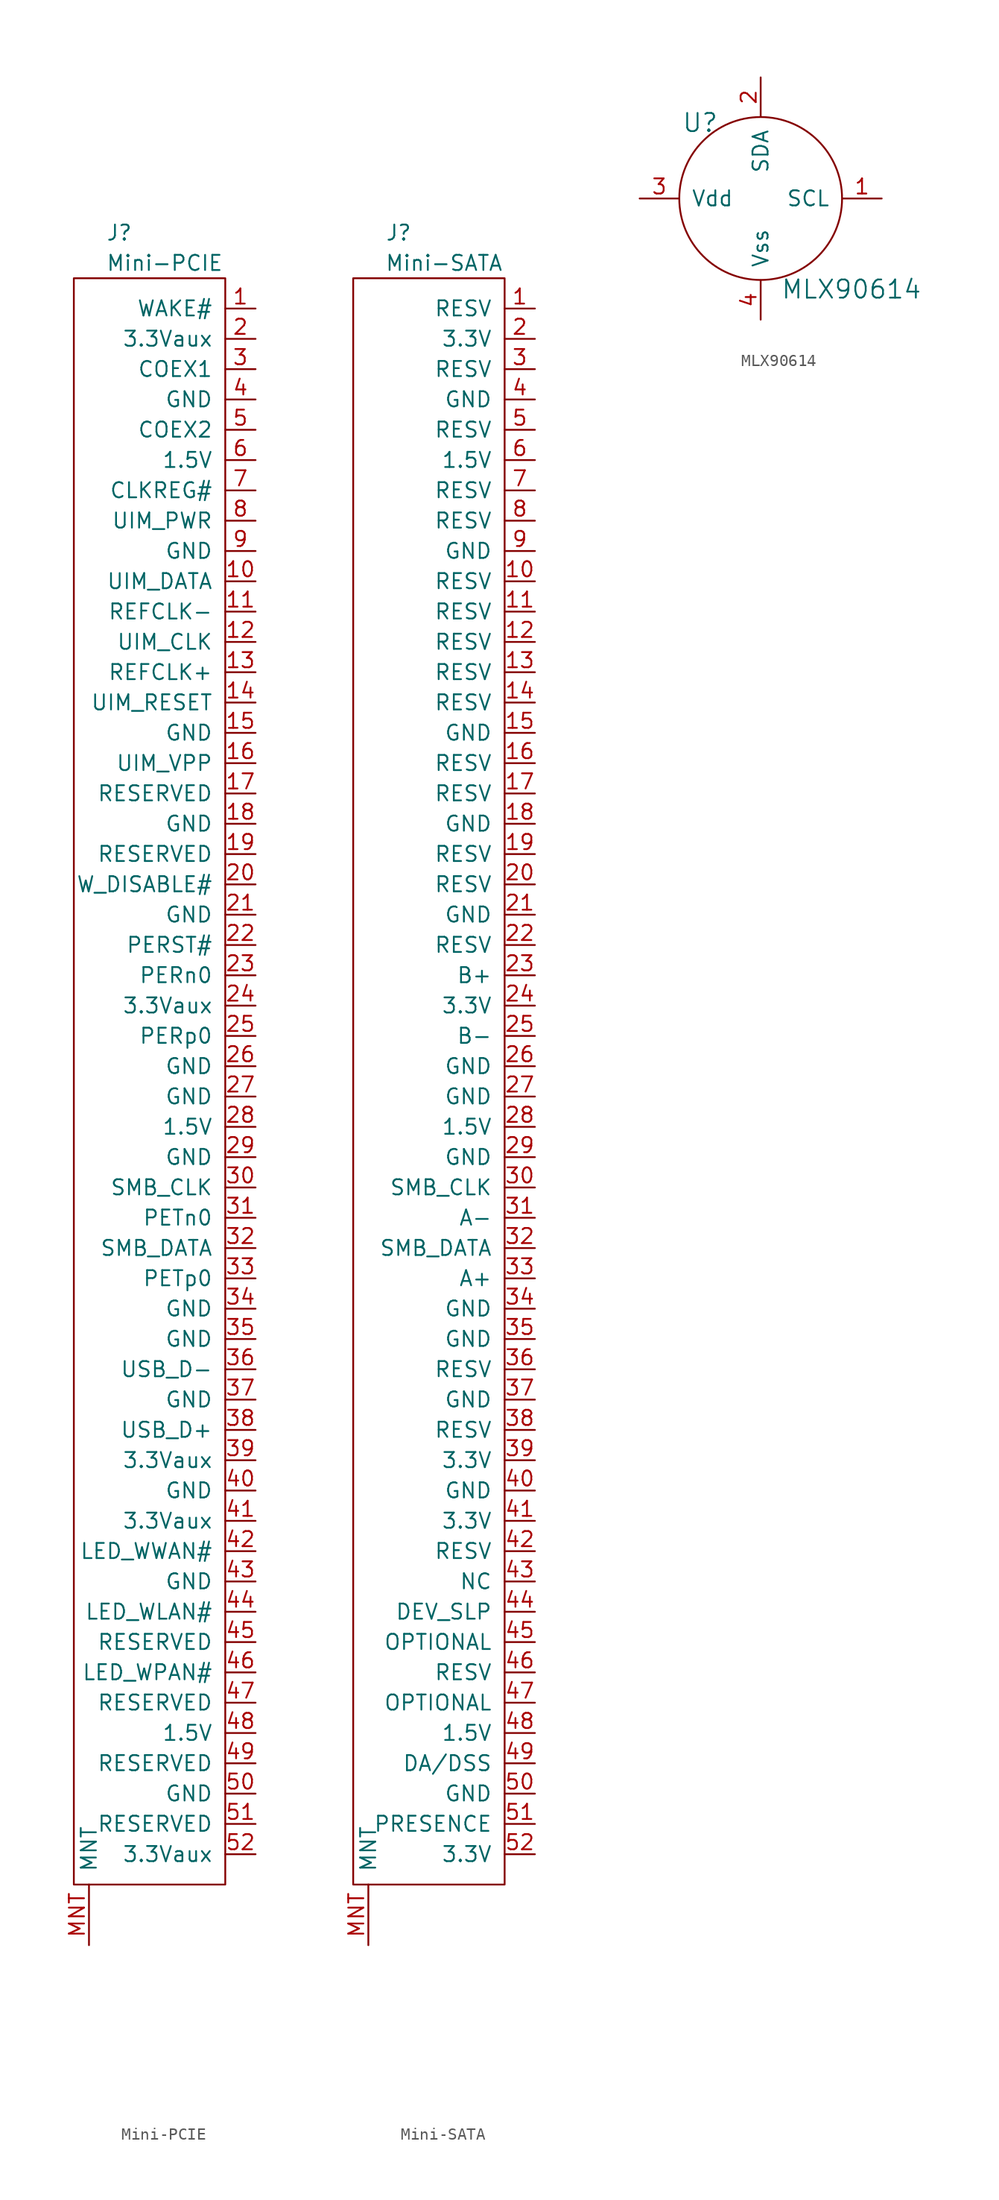
<source format=kicad_sym>
(kicad_symbol_lib
  (version 20211014)
  (generator kicad_symbol_editor)
  (symbol "Mini-PCIE"
    (pin_names
      (offset 1.016))
    (property "Reference" "J"
      (at -8.89 1.27 0)
      (effects (font (size 1.27 1.27))))
    (property "Value" "Mini-PCIE"
      (at -5.08 -1.27 0)
      (effects (font (size 1.27 1.27))))
    (symbol "Mini-PCIE_0_1"
      (rectangle (start 0 -2.54) (end -12.7 -137.16) (stroke (width 0) (type default) (color 0 0 0 0)) (fill (type none))))
    (symbol "Mini-PCIE_1_1"
      (pin passive line (at 2.54 -5.08 180) (length 2.54) (name "WAKE#" (effects (font (size 1.27 1.27)))) (number "1" (effects (font (size 1.27 1.27)))))
      (pin passive line (at 2.54 -27.94 180) (length 2.54) (name "UIM_DATA" (effects (font (size 1.27 1.27)))) (number "10" (effects (font (size 1.27 1.27)))))
      (pin passive line (at 2.54 -30.48 180) (length 2.54) (name "REFCLK-" (effects (font (size 1.27 1.27)))) (number "11" (effects (font (size 1.27 1.27)))))
      (pin passive line (at 2.54 -33.02 180) (length 2.54) (name "UIM_CLK" (effects (font (size 1.27 1.27)))) (number "12" (effects (font (size 1.27 1.27)))))
      (pin passive line (at 2.54 -35.56 180) (length 2.54) (name "REFCLK+" (effects (font (size 1.27 1.27)))) (number "13" (effects (font (size 1.27 1.27)))))
      (pin passive line (at 2.54 -38.1 180) (length 2.54) (name "UIM_RESET" (effects (font (size 1.27 1.27)))) (number "14" (effects (font (size 1.27 1.27)))))
      (pin passive line (at 2.54 -40.64 180) (length 2.54) (name "GND" (effects (font (size 1.27 1.27)))) (number "15" (effects (font (size 1.27 1.27)))))
      (pin passive line (at 2.54 -43.18 180) (length 2.54) (name "UIM_VPP" (effects (font (size 1.27 1.27)))) (number "16" (effects (font (size 1.27 1.27)))))
      (pin passive line (at 2.54 -45.72 180) (length 2.54) (name "RESERVED" (effects (font (size 1.27 1.27)))) (number "17" (effects (font (size 1.27 1.27)))))
      (pin passive line (at 2.54 -48.26 180) (length 2.54) (name "GND" (effects (font (size 1.27 1.27)))) (number "18" (effects (font (size 1.27 1.27)))))
      (pin passive line (at 2.54 -50.8 180) (length 2.54) (name "RESERVED" (effects (font (size 1.27 1.27)))) (number "19" (effects (font (size 1.27 1.27)))))
      (pin passive line (at 2.54 -7.62 180) (length 2.54) (name "3.3Vaux" (effects (font (size 1.27 1.27)))) (number "2" (effects (font (size 1.27 1.27)))))
      (pin passive line (at 2.54 -53.34 180) (length 2.54) (name "W_DISABLE#" (effects (font (size 1.27 1.27)))) (number "20" (effects (font (size 1.27 1.27)))))
      (pin passive line (at 2.54 -55.88 180) (length 2.54) (name "GND" (effects (font (size 1.27 1.27)))) (number "21" (effects (font (size 1.27 1.27)))))
      (pin passive line (at 2.54 -58.42 180) (length 2.54) (name "PERST#" (effects (font (size 1.27 1.27)))) (number "22" (effects (font (size 1.27 1.27)))))
      (pin passive line (at 2.54 -60.96 180) (length 2.54) (name "PERn0" (effects (font (size 1.27 1.27)))) (number "23" (effects (font (size 1.27 1.27)))))
      (pin passive line (at 2.54 -63.5 180) (length 2.54) (name "3.3Vaux" (effects (font (size 1.27 1.27)))) (number "24" (effects (font (size 1.27 1.27)))))
      (pin passive line (at 2.54 -66.04 180) (length 2.54) (name "PERp0" (effects (font (size 1.27 1.27)))) (number "25" (effects (font (size 1.27 1.27)))))
      (pin passive line (at 2.54 -68.58 180) (length 2.54) (name "GND" (effects (font (size 1.27 1.27)))) (number "26" (effects (font (size 1.27 1.27)))))
      (pin passive line (at 2.54 -71.12 180) (length 2.54) (name "GND" (effects (font (size 1.27 1.27)))) (number "27" (effects (font (size 1.27 1.27)))))
      (pin passive line (at 2.54 -73.66 180) (length 2.54) (name "1.5V" (effects (font (size 1.27 1.27)))) (number "28" (effects (font (size 1.27 1.27)))))
      (pin passive line (at 2.54 -76.2 180) (length 2.54) (name "GND" (effects (font (size 1.27 1.27)))) (number "29" (effects (font (size 1.27 1.27)))))
      (pin passive line (at 2.54 -10.16 180) (length 2.54) (name "COEX1" (effects (font (size 1.27 1.27)))) (number "3" (effects (font (size 1.27 1.27)))))
      (pin passive line (at 2.54 -78.74 180) (length 2.54) (name "SMB_CLK" (effects (font (size 1.27 1.27)))) (number "30" (effects (font (size 1.27 1.27)))))
      (pin passive line (at 2.54 -81.28 180) (length 2.54) (name "PETn0" (effects (font (size 1.27 1.27)))) (number "31" (effects (font (size 1.27 1.27)))))
      (pin passive line (at 2.54 -83.82 180) (length 2.54) (name "SMB_DATA" (effects (font (size 1.27 1.27)))) (number "32" (effects (font (size 1.27 1.27)))))
      (pin passive line (at 2.54 -86.36 180) (length 2.54) (name "PETp0" (effects (font (size 1.27 1.27)))) (number "33" (effects (font (size 1.27 1.27)))))
      (pin passive line (at 2.54 -88.9 180) (length 2.54) (name "GND" (effects (font (size 1.27 1.27)))) (number "34" (effects (font (size 1.27 1.27)))))
      (pin passive line (at 2.54 -91.44 180) (length 2.54) (name "GND" (effects (font (size 1.27 1.27)))) (number "35" (effects (font (size 1.27 1.27)))))
      (pin passive line (at 2.54 -93.98 180) (length 2.54) (name "USB_D-" (effects (font (size 1.27 1.27)))) (number "36" (effects (font (size 1.27 1.27)))))
      (pin passive line (at 2.54 -96.52 180) (length 2.54) (name "GND" (effects (font (size 1.27 1.27)))) (number "37" (effects (font (size 1.27 1.27)))))
      (pin passive line (at 2.54 -99.06 180) (length 2.54) (name "USB_D+" (effects (font (size 1.27 1.27)))) (number "38" (effects (font (size 1.27 1.27)))))
      (pin passive line (at 2.54 -101.6 180) (length 2.54) (name "3.3Vaux" (effects (font (size 1.27 1.27)))) (number "39" (effects (font (size 1.27 1.27)))))
      (pin passive line (at 2.54 -12.7 180) (length 2.54) (name "GND" (effects (font (size 1.27 1.27)))) (number "4" (effects (font (size 1.27 1.27)))))
      (pin passive line (at 2.54 -104.14 180) (length 2.54) (name "GND" (effects (font (size 1.27 1.27)))) (number "40" (effects (font (size 1.27 1.27)))))
      (pin passive line (at 2.54 -106.68 180) (length 2.54) (name "3.3Vaux" (effects (font (size 1.27 1.27)))) (number "41" (effects (font (size 1.27 1.27)))))
      (pin passive line (at 2.54 -109.22 180) (length 2.54) (name "LED_WWAN#" (effects (font (size 1.27 1.27)))) (number "42" (effects (font (size 1.27 1.27)))))
      (pin passive line (at 2.54 -111.76 180) (length 2.54) (name "GND" (effects (font (size 1.27 1.27)))) (number "43" (effects (font (size 1.27 1.27)))))
      (pin passive line (at 2.54 -114.3 180) (length 2.54) (name "LED_WLAN#" (effects (font (size 1.27 1.27)))) (number "44" (effects (font (size 1.27 1.27)))))
      (pin passive line (at 2.54 -116.84 180) (length 2.54) (name "RESERVED" (effects (font (size 1.27 1.27)))) (number "45" (effects (font (size 1.27 1.27)))))
      (pin passive line (at 2.54 -119.38 180) (length 2.54) (name "LED_WPAN#" (effects (font (size 1.27 1.27)))) (number "46" (effects (font (size 1.27 1.27)))))
      (pin passive line (at 2.54 -121.92 180) (length 2.54) (name "RESERVED" (effects (font (size 1.27 1.27)))) (number "47" (effects (font (size 1.27 1.27)))))
      (pin passive line (at 2.54 -124.46 180) (length 2.54) (name "1.5V" (effects (font (size 1.27 1.27)))) (number "48" (effects (font (size 1.27 1.27)))))
      (pin passive line (at 2.54 -127 180) (length 2.54) (name "RESERVED" (effects (font (size 1.27 1.27)))) (number "49" (effects (font (size 1.27 1.27)))))
      (pin passive line (at 2.54 -15.24 180) (length 2.54) (name "COEX2" (effects (font (size 1.27 1.27)))) (number "5" (effects (font (size 1.27 1.27)))))
      (pin passive line (at 2.54 -129.54 180) (length 2.54) (name "GND" (effects (font (size 1.27 1.27)))) (number "50" (effects (font (size 1.27 1.27)))))
      (pin passive line (at 2.54 -132.08 180) (length 2.54) (name "RESERVED" (effects (font (size 1.27 1.27)))) (number "51" (effects (font (size 1.27 1.27)))))
      (pin passive line (at 2.54 -134.62 180) (length 2.54) (name "3.3Vaux" (effects (font (size 1.27 1.27)))) (number "52" (effects (font (size 1.27 1.27)))))
      (pin passive line (at 2.54 -17.78 180) (length 2.54) (name "1.5V" (effects (font (size 1.27 1.27)))) (number "6" (effects (font (size 1.27 1.27)))))
      (pin passive line (at 2.54 -20.32 180) (length 2.54) (name "CLKREG#" (effects (font (size 1.27 1.27)))) (number "7" (effects (font (size 1.27 1.27)))))
      (pin passive line (at 2.54 -22.86 180) (length 2.54) (name "UIM_PWR" (effects (font (size 1.27 1.27)))) (number "8" (effects (font (size 1.27 1.27)))))
      (pin passive line (at 2.54 -25.4 180) (length 2.54) (name "GND" (effects (font (size 1.27 1.27)))) (number "9" (effects (font (size 1.27 1.27)))))
      (pin passive line (at -11.43 -142.24 90) (length 5.08) (name "MNT" (effects (font (size 1.27 1.27)))) (number "MNT" (effects (font (size 1.27 1.27)))))))
  (symbol "Mini-SATA"
    (pin_names
      (offset 1.016))
    (property "Reference" "J"
      (at -8.89 1.27 0)
      (effects (font (size 1.27 1.27))))
    (property "Value" "Mini-SATA"
      (at -5.08 -1.27 0)
      (effects (font (size 1.27 1.27))))
    (symbol "Mini-SATA_0_1"
      (rectangle (start 0 -2.54) (end -12.7 -137.16) (stroke (width 0) (type default) (color 0 0 0 0)) (fill (type none))))
    (symbol "Mini-SATA_1_1"
      (pin passive line (at 2.54 -5.08 180) (length 2.54) (name "RESV" (effects (font (size 1.27 1.27)))) (number "1" (effects (font (size 1.27 1.27)))))
      (pin passive line (at 2.54 -27.94 180) (length 2.54) (name "RESV" (effects (font (size 1.27 1.27)))) (number "10" (effects (font (size 1.27 1.27)))))
      (pin passive line (at 2.54 -30.48 180) (length 2.54) (name "RESV" (effects (font (size 1.27 1.27)))) (number "11" (effects (font (size 1.27 1.27)))))
      (pin passive line (at 2.54 -33.02 180) (length 2.54) (name "RESV" (effects (font (size 1.27 1.27)))) (number "12" (effects (font (size 1.27 1.27)))))
      (pin passive line (at 2.54 -35.56 180) (length 2.54) (name "RESV" (effects (font (size 1.27 1.27)))) (number "13" (effects (font (size 1.27 1.27)))))
      (pin passive line (at 2.54 -38.1 180) (length 2.54) (name "RESV" (effects (font (size 1.27 1.27)))) (number "14" (effects (font (size 1.27 1.27)))))
      (pin passive line (at 2.54 -40.64 180) (length 2.54) (name "GND" (effects (font (size 1.27 1.27)))) (number "15" (effects (font (size 1.27 1.27)))))
      (pin passive line (at 2.54 -43.18 180) (length 2.54) (name "RESV" (effects (font (size 1.27 1.27)))) (number "16" (effects (font (size 1.27 1.27)))))
      (pin passive line (at 2.54 -45.72 180) (length 2.54) (name "RESV" (effects (font (size 1.27 1.27)))) (number "17" (effects (font (size 1.27 1.27)))))
      (pin passive line (at 2.54 -48.26 180) (length 2.54) (name "GND" (effects (font (size 1.27 1.27)))) (number "18" (effects (font (size 1.27 1.27)))))
      (pin passive line (at 2.54 -50.8 180) (length 2.54) (name "RESV" (effects (font (size 1.27 1.27)))) (number "19" (effects (font (size 1.27 1.27)))))
      (pin passive line (at 2.54 -7.62 180) (length 2.54) (name "3.3V" (effects (font (size 1.27 1.27)))) (number "2" (effects (font (size 1.27 1.27)))))
      (pin passive line (at 2.54 -53.34 180) (length 2.54) (name "RESV" (effects (font (size 1.27 1.27)))) (number "20" (effects (font (size 1.27 1.27)))))
      (pin passive line (at 2.54 -55.88 180) (length 2.54) (name "GND" (effects (font (size 1.27 1.27)))) (number "21" (effects (font (size 1.27 1.27)))))
      (pin passive line (at 2.54 -58.42 180) (length 2.54) (name "RESV" (effects (font (size 1.27 1.27)))) (number "22" (effects (font (size 1.27 1.27)))))
      (pin passive line (at 2.54 -60.96 180) (length 2.54) (name "B+" (effects (font (size 1.27 1.27)))) (number "23" (effects (font (size 1.27 1.27)))))
      (pin passive line (at 2.54 -63.5 180) (length 2.54) (name "3.3V" (effects (font (size 1.27 1.27)))) (number "24" (effects (font (size 1.27 1.27)))))
      (pin passive line (at 2.54 -66.04 180) (length 2.54) (name "B-" (effects (font (size 1.27 1.27)))) (number "25" (effects (font (size 1.27 1.27)))))
      (pin passive line (at 2.54 -68.58 180) (length 2.54) (name "GND" (effects (font (size 1.27 1.27)))) (number "26" (effects (font (size 1.27 1.27)))))
      (pin passive line (at 2.54 -71.12 180) (length 2.54) (name "GND" (effects (font (size 1.27 1.27)))) (number "27" (effects (font (size 1.27 1.27)))))
      (pin passive line (at 2.54 -73.66 180) (length 2.54) (name "1.5V" (effects (font (size 1.27 1.27)))) (number "28" (effects (font (size 1.27 1.27)))))
      (pin passive line (at 2.54 -76.2 180) (length 2.54) (name "GND" (effects (font (size 1.27 1.27)))) (number "29" (effects (font (size 1.27 1.27)))))
      (pin passive line (at 2.54 -10.16 180) (length 2.54) (name "RESV" (effects (font (size 1.27 1.27)))) (number "3" (effects (font (size 1.27 1.27)))))
      (pin passive line (at 2.54 -78.74 180) (length 2.54) (name "SMB_CLK" (effects (font (size 1.27 1.27)))) (number "30" (effects (font (size 1.27 1.27)))))
      (pin passive line (at 2.54 -81.28 180) (length 2.54) (name "A-" (effects (font (size 1.27 1.27)))) (number "31" (effects (font (size 1.27 1.27)))))
      (pin passive line (at 2.54 -83.82 180) (length 2.54) (name "SMB_DATA" (effects (font (size 1.27 1.27)))) (number "32" (effects (font (size 1.27 1.27)))))
      (pin passive line (at 2.54 -86.36 180) (length 2.54) (name "A+" (effects (font (size 1.27 1.27)))) (number "33" (effects (font (size 1.27 1.27)))))
      (pin passive line (at 2.54 -88.9 180) (length 2.54) (name "GND" (effects (font (size 1.27 1.27)))) (number "34" (effects (font (size 1.27 1.27)))))
      (pin passive line (at 2.54 -91.44 180) (length 2.54) (name "GND" (effects (font (size 1.27 1.27)))) (number "35" (effects (font (size 1.27 1.27)))))
      (pin passive line (at 2.54 -93.98 180) (length 2.54) (name "RESV" (effects (font (size 1.27 1.27)))) (number "36" (effects (font (size 1.27 1.27)))))
      (pin passive line (at 2.54 -96.52 180) (length 2.54) (name "GND" (effects (font (size 1.27 1.27)))) (number "37" (effects (font (size 1.27 1.27)))))
      (pin passive line (at 2.54 -99.06 180) (length 2.54) (name "RESV" (effects (font (size 1.27 1.27)))) (number "38" (effects (font (size 1.27 1.27)))))
      (pin passive line (at 2.54 -101.6 180) (length 2.54) (name "3.3V" (effects (font (size 1.27 1.27)))) (number "39" (effects (font (size 1.27 1.27)))))
      (pin passive line (at 2.54 -12.7 180) (length 2.54) (name "GND" (effects (font (size 1.27 1.27)))) (number "4" (effects (font (size 1.27 1.27)))))
      (pin passive line (at 2.54 -104.14 180) (length 2.54) (name "GND" (effects (font (size 1.27 1.27)))) (number "40" (effects (font (size 1.27 1.27)))))
      (pin passive line (at 2.54 -106.68 180) (length 2.54) (name "3.3V" (effects (font (size 1.27 1.27)))) (number "41" (effects (font (size 1.27 1.27)))))
      (pin passive line (at 2.54 -109.22 180) (length 2.54) (name "RESV" (effects (font (size 1.27 1.27)))) (number "42" (effects (font (size 1.27 1.27)))))
      (pin passive line (at 2.54 -111.76 180) (length 2.54) (name "NC" (effects (font (size 1.27 1.27)))) (number "43" (effects (font (size 1.27 1.27)))))
      (pin passive line (at 2.54 -114.3 180) (length 2.54) (name "DEV_SLP" (effects (font (size 1.27 1.27)))) (number "44" (effects (font (size 1.27 1.27)))))
      (pin passive line (at 2.54 -116.84 180) (length 2.54) (name "OPTIONAL" (effects (font (size 1.27 1.27)))) (number "45" (effects (font (size 1.27 1.27)))))
      (pin passive line (at 2.54 -119.38 180) (length 2.54) (name "RESV" (effects (font (size 1.27 1.27)))) (number "46" (effects (font (size 1.27 1.27)))))
      (pin passive line (at 2.54 -121.92 180) (length 2.54) (name "OPTIONAL" (effects (font (size 1.27 1.27)))) (number "47" (effects (font (size 1.27 1.27)))))
      (pin passive line (at 2.54 -124.46 180) (length 2.54) (name "1.5V" (effects (font (size 1.27 1.27)))) (number "48" (effects (font (size 1.27 1.27)))))
      (pin passive line (at 2.54 -127 180) (length 2.54) (name "DA/DSS" (effects (font (size 1.27 1.27)))) (number "49" (effects (font (size 1.27 1.27)))))
      (pin passive line (at 2.54 -15.24 180) (length 2.54) (name "RESV" (effects (font (size 1.27 1.27)))) (number "5" (effects (font (size 1.27 1.27)))))
      (pin passive line (at 2.54 -129.54 180) (length 2.54) (name "GND" (effects (font (size 1.27 1.27)))) (number "50" (effects (font (size 1.27 1.27)))))
      (pin passive line (at 2.54 -132.08 180) (length 2.54) (name "PRESENCE" (effects (font (size 1.27 1.27)))) (number "51" (effects (font (size 1.27 1.27)))))
      (pin passive line (at 2.54 -134.62 180) (length 2.54) (name "3.3V" (effects (font (size 1.27 1.27)))) (number "52" (effects (font (size 1.27 1.27)))))
      (pin passive line (at 2.54 -17.78 180) (length 2.54) (name "1.5V" (effects (font (size 1.27 1.27)))) (number "6" (effects (font (size 1.27 1.27)))))
      (pin passive line (at 2.54 -20.32 180) (length 2.54) (name "RESV" (effects (font (size 1.27 1.27)))) (number "7" (effects (font (size 1.27 1.27)))))
      (pin passive line (at 2.54 -22.86 180) (length 2.54) (name "RESV" (effects (font (size 1.27 1.27)))) (number "8" (effects (font (size 1.27 1.27)))))
      (pin passive line (at 2.54 -25.4 180) (length 2.54) (name "GND" (effects (font (size 1.27 1.27)))) (number "9" (effects (font (size 1.27 1.27)))))
      (pin passive line (at -11.43 -142.24 90) (length 5.08) (name "MNT" (effects (font (size 1.27 1.27)))) (number "MNT" (effects (font (size 1.27 1.27)))))))
  (symbol "MLX90614"
    (pin_names
      (offset 1.016))
    (property "Reference" "U"
      (at -5.08 6.35 0)
      (effects (font (size 1.524 1.524))))
    (property "Value" "MLX90614"
      (at 7.62 -7.62 0)
      (effects (font (size 1.524 1.524))))
    (property "Footprint" ""
      (at 0 0 0)
      (effects (font (size 1.524 1.524))))
    (property "Datasheet" ""
      (at 0 0 0)
      (effects (font (size 1.524 1.524))))
    (symbol "MLX90614_0_1"
      (circle (center 0 0) (radius 6.833) (stroke (width 0) (type default) (color 0 0 0 0)) (fill (type none))))
    (symbol "MLX90614_1_1"
      (pin passive line (at 10.16 0 180) (length 3.302) (name "SCL" (effects (font (size 1.27 1.27)))) (number "1" (effects (font (size 1.27 1.27)))))
      (pin passive line (at 0 10.16 270) (length 3.302) (name "SDA" (effects (font (size 1.27 1.27)))) (number "2" (effects (font (size 1.27 1.27)))))
      (pin passive line (at -10.16 0 0) (length 3.302) (name "Vdd" (effects (font (size 1.27 1.27)))) (number "3" (effects (font (size 1.27 1.27)))))
      (pin passive line (at 0 -10.16 90) (length 3.302) (name "Vss" (effects (font (size 1.27 1.27)))) (number "4" (effects (font (size 1.27 1.27))))))))
</source>
